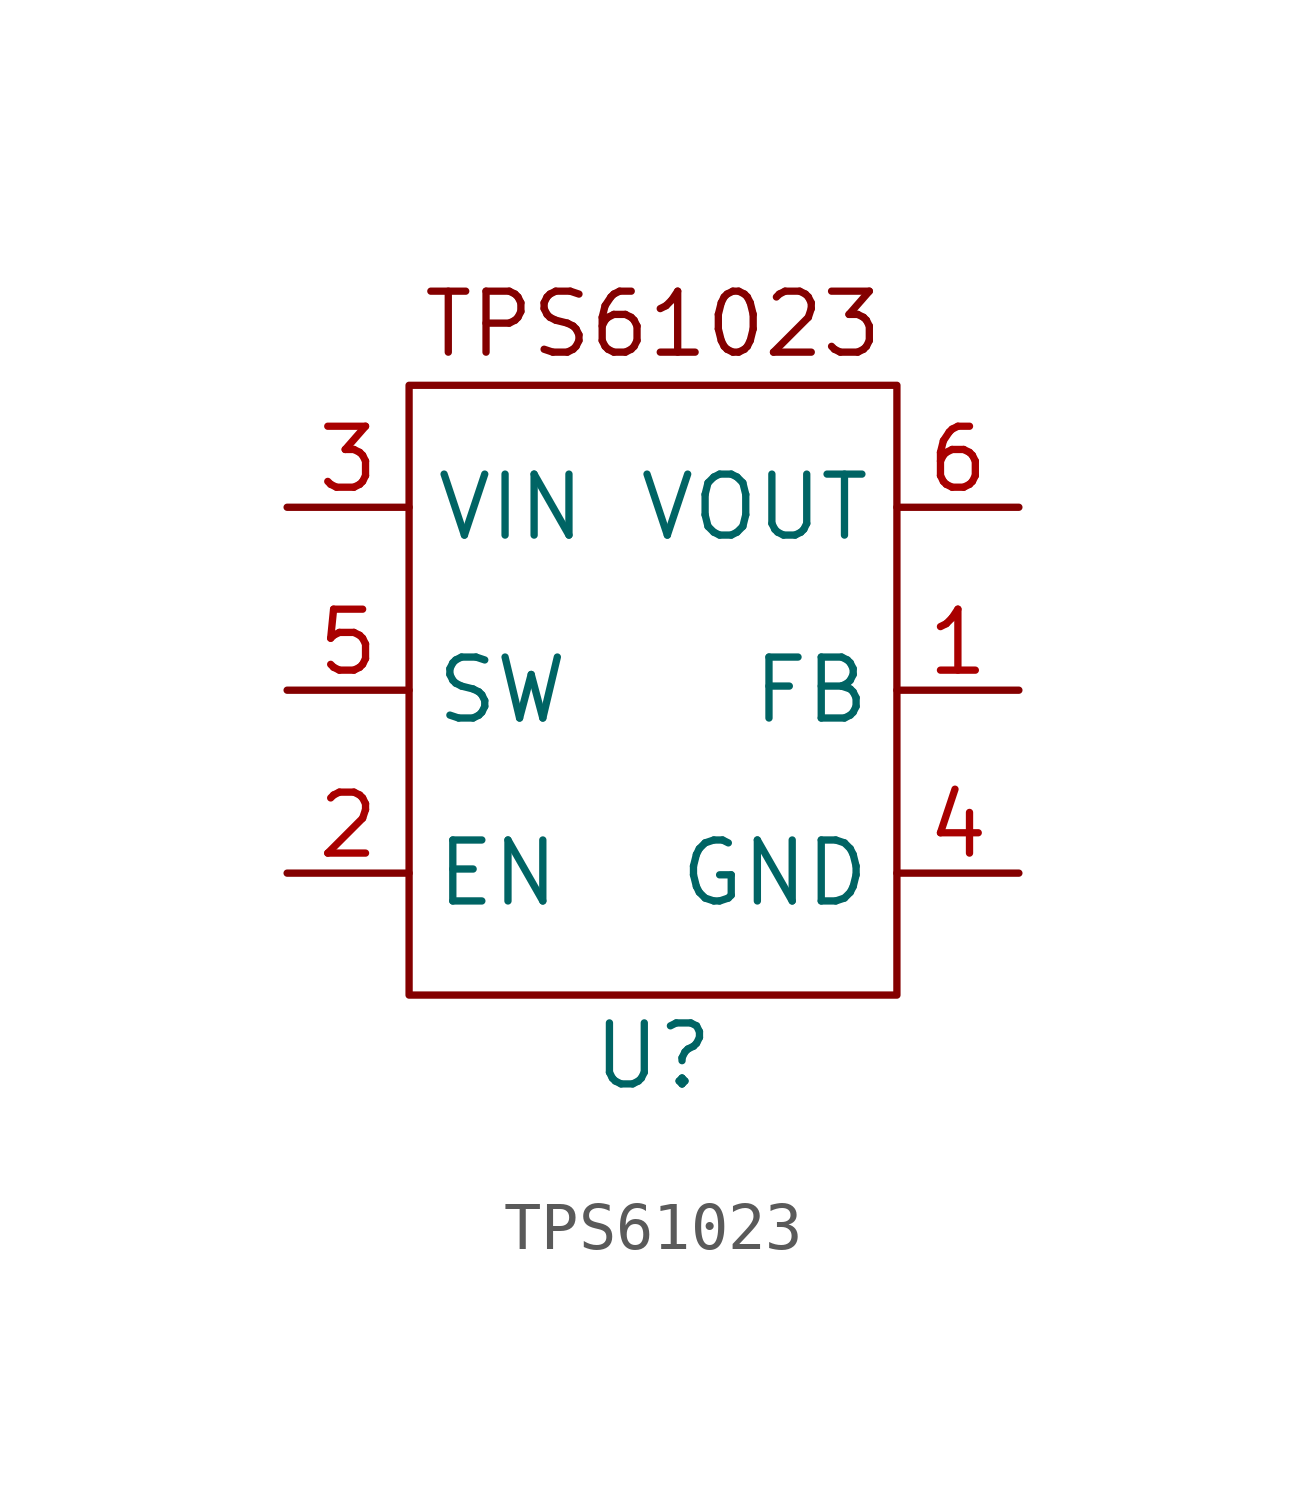
<source format=kicad_sym>
(kicad_symbol_lib
  (version 20220914)
  (generator kicad_symbol_editor)
  (symbol "TPS61023"
    (property "Reference" "U"
      (at 0 -7.62 0)
      (effects (font (size 1.27 1.27))))
    (property "Value" ""
      (at 0 0 0)
      (effects (font (size 1.27 1.27))))
    (symbol "TPS61023_0_1"
      (rectangle (start -5.08 6.35) (end 5.08 -6.35) (stroke (width 0) (type default)) (fill (type none)))
      (text "TPS61023" (at 0 7.62 0) (effects (font (size 1.27 1.27)))))
    (symbol "TPS61023_1_1"
      (pin input line (at 7.62 0 180) (length 2.54) (name "FB" (effects (font (size 1.27 1.27)))) (number "1" (effects (font (size 1.27 1.27)))))
      (pin input line (at -7.62 -3.81 0) (length 2.54) (name "EN" (effects (font (size 1.27 1.27)))) (number "2" (effects (font (size 1.27 1.27)))))
      (pin power_in line (at -7.62 3.81 0) (length 2.54) (name "VIN" (effects (font (size 1.27 1.27)))) (number "3" (effects (font (size 1.27 1.27)))))
      (pin power_in line (at 7.62 -3.81 180) (length 2.54) (name "GND" (effects (font (size 1.27 1.27)))) (number "4" (effects (font (size 1.27 1.27)))))
      (pin input line (at -7.62 0 0) (length 2.54) (name "SW" (effects (font (size 1.27 1.27)))) (number "5" (effects (font (size 1.27 1.27)))))
      (pin power_out line (at 7.62 3.81 180) (length 2.54) (name "VOUT" (effects (font (size 1.27 1.27)))) (number "6" (effects (font (size 1.27 1.27))))))))
</source>
